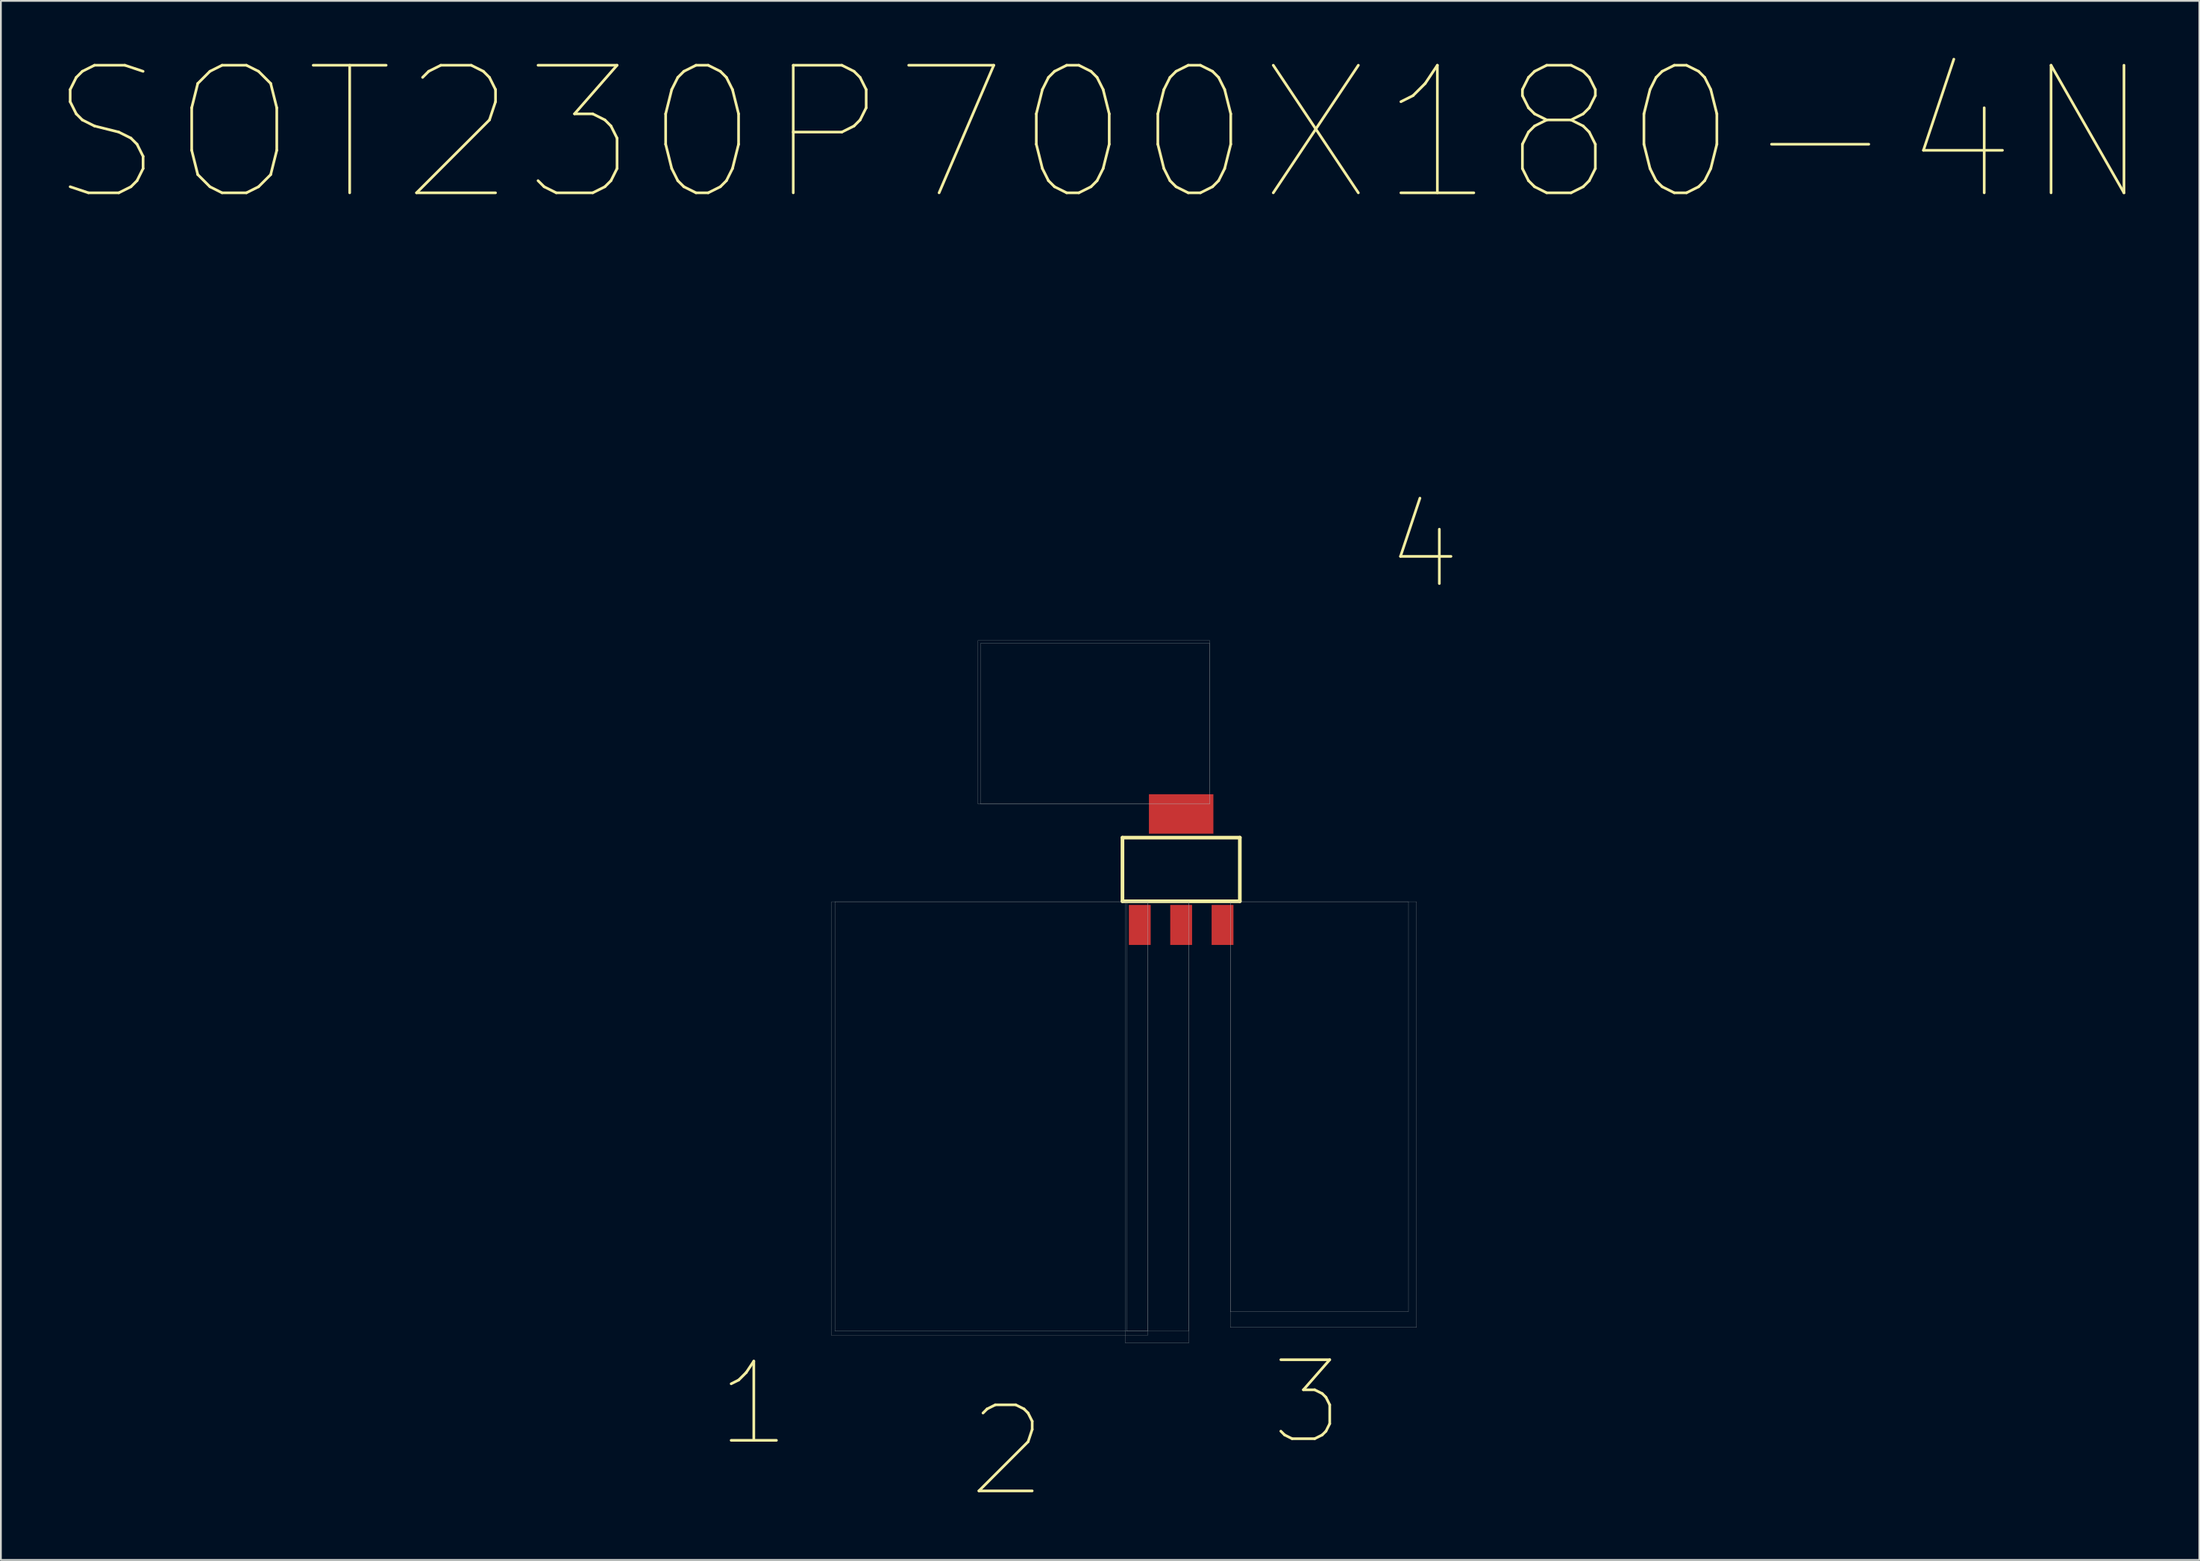
<source format=kicad_pcb>
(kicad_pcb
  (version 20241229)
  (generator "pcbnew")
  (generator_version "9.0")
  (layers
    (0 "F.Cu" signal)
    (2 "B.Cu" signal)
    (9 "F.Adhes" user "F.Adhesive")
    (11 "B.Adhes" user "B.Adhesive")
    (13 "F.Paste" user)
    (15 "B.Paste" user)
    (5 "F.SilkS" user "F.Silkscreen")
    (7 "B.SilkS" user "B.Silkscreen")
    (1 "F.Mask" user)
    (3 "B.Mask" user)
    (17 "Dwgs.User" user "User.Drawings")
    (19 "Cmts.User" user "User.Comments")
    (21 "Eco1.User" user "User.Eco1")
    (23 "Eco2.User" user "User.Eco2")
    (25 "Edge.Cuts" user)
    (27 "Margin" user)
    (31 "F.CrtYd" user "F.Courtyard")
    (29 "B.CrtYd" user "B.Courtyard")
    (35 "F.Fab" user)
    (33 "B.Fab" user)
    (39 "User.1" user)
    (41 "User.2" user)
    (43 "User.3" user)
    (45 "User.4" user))
  (footprint "SOT230P700X180-4N"
    (layer "F.Cu")
    (at 62.912 45.517)
    (property "Reference" "SOT230P700X180-4N" (at -4.526 -41.085 0) (layer "F.SilkS") (effects (font (size 7.126 7.126) (thickness 0.15))))
    (attr through_hole)
    (fp_line (start -3.277 -1.778) (end 3.277 -1.778) (stroke (width 0.203) (type solid)) (layer "F.SilkS"))
    (fp_line (start -3.277 1.778) (end -3.277 -1.778) (stroke (width 0.203) (type solid)) (layer "F.SilkS"))
    (fp_line (start 3.277 -1.778) (end 3.277 1.778) (stroke (width 0.203) (type solid)) (layer "F.SilkS"))
    (fp_line (start 3.277 1.778) (end -3.277 1.778) (stroke (width 0.203) (type solid)) (layer "F.SilkS"))
    (fp_poly (pts (xy -19.526 1.803) (xy -1.88 1.803) (xy -1.88 26.033) (xy -19.526 26.033)) (stroke (width 0.01) (type solid)) (fill no) (layer "F.Fab"))
    (fp_poly (pts (xy -19.337 1.803) (xy -1.88 1.803) (xy -1.88 25.787) (xy -19.337 25.787)) (stroke (width 0.01) (type solid)) (fill no) (layer "F.Fab"))
    (fp_poly (pts (xy -11.348 -3.658) (xy 1.6 -3.658) (xy 1.6 -12.789) (xy -11.348 -12.789)) (stroke (width 0.01) (type solid)) (fill no) (layer "F.Fab"))
    (fp_poly (pts (xy -11.206 -3.658) (xy 1.6 -3.658) (xy 1.6 -12.629) (xy -11.206 -12.629)) (stroke (width 0.01) (type solid)) (fill no) (layer "F.Fab"))
    (fp_poly (pts (xy -3.123 1.803) (xy 0.432 1.803) (xy 0.432 26.451) (xy -3.123 26.451)) (stroke (width 0.01) (type solid)) (fill no) (layer "F.Fab"))
    (fp_poly (pts (xy -3.044 1.803) (xy 0.432 1.803) (xy 0.432 25.781) (xy -3.044 25.781)) (stroke (width 0.01) (type solid)) (fill no) (layer "F.Fab"))
    (fp_poly (pts (xy 12.695 1.803) (xy 2.743 1.803) (xy 2.743 24.704) (xy 12.695 24.704)) (stroke (width 0.01) (type solid)) (fill no) (layer "F.Fab"))
    (fp_poly (pts (xy 13.145 1.803) (xy 2.743 1.803) (xy 2.743 25.582) (xy 13.145 25.582)) (stroke (width 0.01) (type solid)) (fill no) (layer "F.Fab"))
    (fp_text user "1" (at -23.866 29.852 0) (layer "F.SilkS") (effects (font (size 4.424 4.424) (thickness 0.15))))
    (fp_text user "3" (at 7.037 29.765 0) (layer "F.SilkS") (effects (font (size 4.412 4.412) (thickness 0.15))))
    (fp_text user "4" (at 13.551 -18.069 0) (layer "F.SilkS") (effects (font (size 4.553 4.553) (thickness 0.15))))
    (fp_text user "2" (at -9.692 32.498 0) (layer "F.SilkS") (effects (font (size 4.806 4.806) (thickness 0.15))))
    (pad "1" smd rect (at -2.311 3.099) (size 1.219 2.235) (layers "F.Cu" "F.Mask" "F.Paste"))
    (pad "2" smd rect (at 0 3.099) (size 1.219 2.235) (layers "F.Cu" "F.Mask" "F.Paste"))
    (pad "3" smd rect (at 2.311 3.099) (size 1.219 2.235) (layers "F.Cu" "F.Mask" "F.Paste"))
    (pad "4" smd rect (at 0 -3.099) (size 3.6 2.2) (layers "F.Cu" "F.Mask" "F.Paste")))
  (gr_rect
    (start -3 -3)
    (end 119.772 84.09)
    (stroke (width 0.1) (type default))
    (fill no)
    (layer "Edge.Cuts")))
</source>
